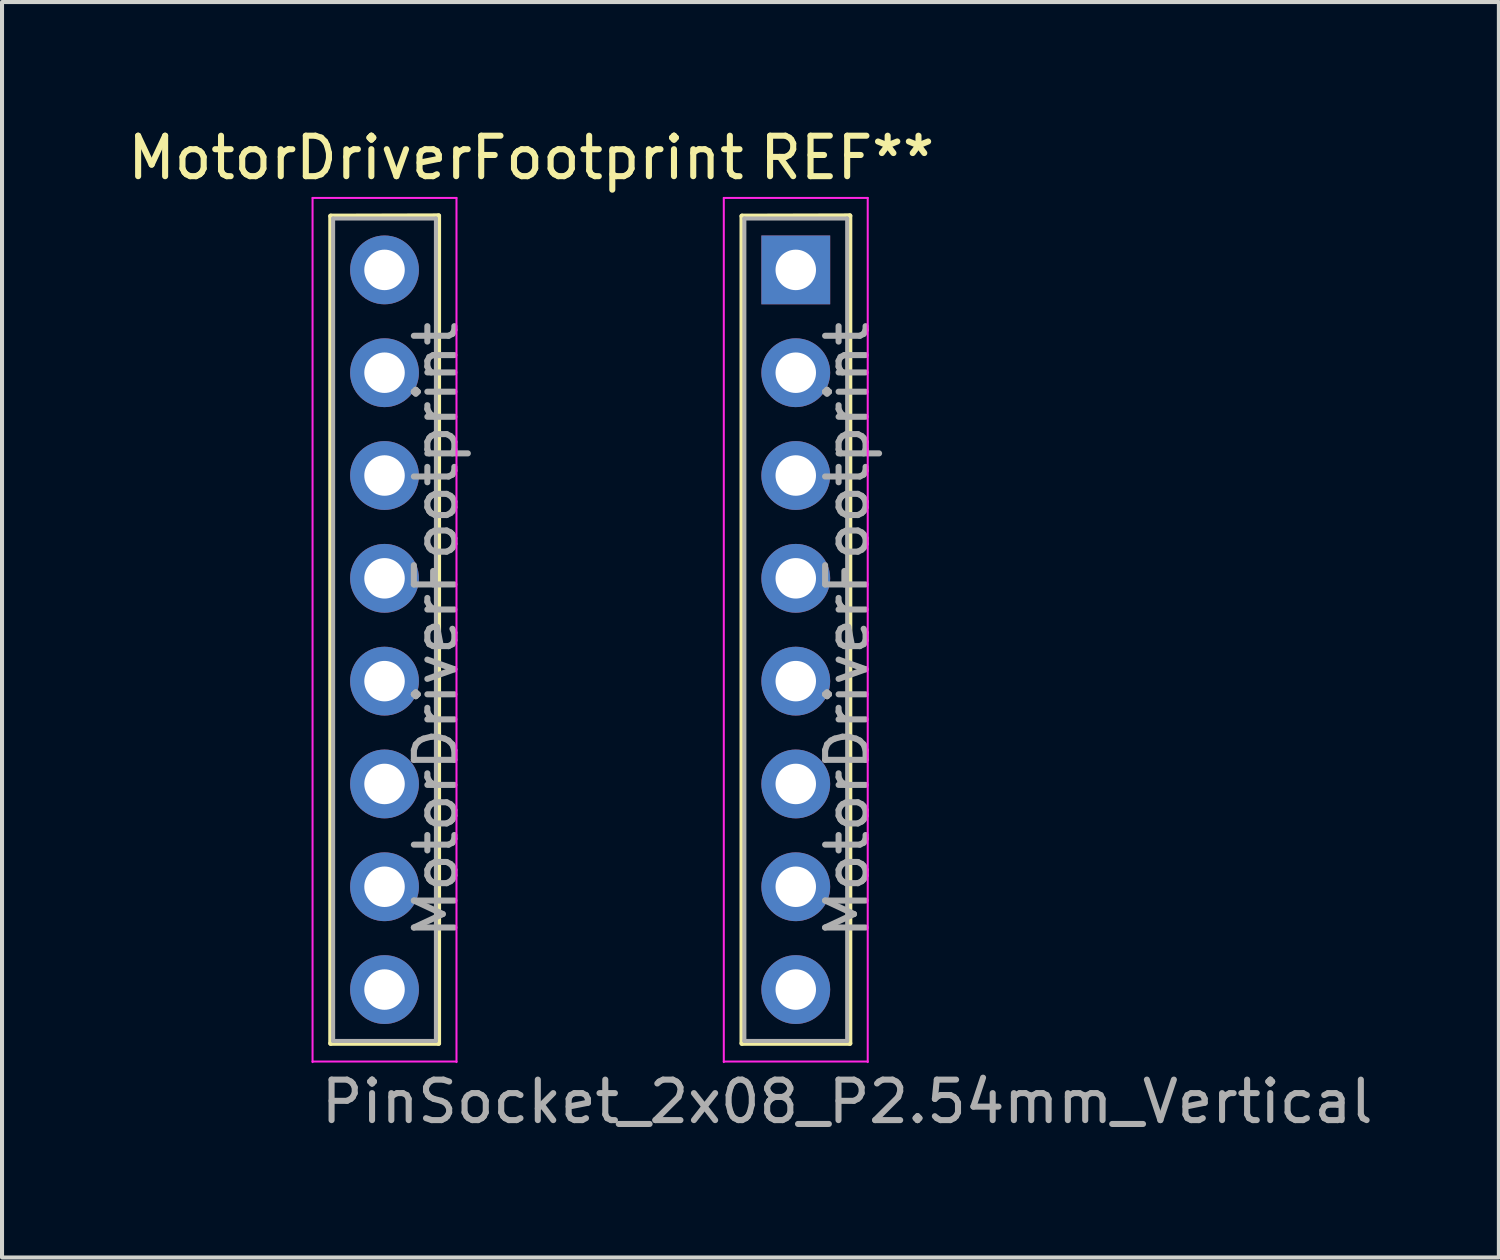
<source format=kicad_pcb>
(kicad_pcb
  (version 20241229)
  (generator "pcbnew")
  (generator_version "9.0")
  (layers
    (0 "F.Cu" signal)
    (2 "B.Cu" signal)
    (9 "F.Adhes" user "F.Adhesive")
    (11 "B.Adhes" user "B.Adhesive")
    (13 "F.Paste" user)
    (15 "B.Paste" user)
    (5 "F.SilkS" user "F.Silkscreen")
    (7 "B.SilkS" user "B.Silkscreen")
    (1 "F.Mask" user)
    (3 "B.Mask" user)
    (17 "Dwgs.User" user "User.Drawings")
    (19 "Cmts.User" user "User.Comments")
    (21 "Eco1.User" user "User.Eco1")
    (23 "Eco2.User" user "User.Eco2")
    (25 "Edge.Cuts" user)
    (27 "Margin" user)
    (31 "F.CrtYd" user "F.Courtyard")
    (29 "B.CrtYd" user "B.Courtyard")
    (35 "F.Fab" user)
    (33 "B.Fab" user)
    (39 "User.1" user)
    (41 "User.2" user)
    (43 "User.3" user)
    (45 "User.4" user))
  (footprint "MotorDriverFootprint"
    (layer "F.Cu")
    (at 8.99 3.618)
    (property "Reference" "MotorDriverFootprint" (at -1.27 -2.77 0) (layer "F.SilkS") (effects (font (size 1 1) (thickness 0.15))))
    (attr through_hole)
    (fp_line (start -3.87 -1.33) (end -3.87 19.11) (stroke (width 0.12) (type solid)) (layer "F.SilkS"))
    (fp_line (start -3.87 -1.33) (end -1.203 -1.337) (stroke (width 0.12) (type solid)) (layer "F.SilkS"))
    (fp_line (start -3.87 19.11) (end -1.203 19.11) (stroke (width 0.12) (type solid)) (layer "F.SilkS"))
    (fp_line (start -1.203 19.11) (end -1.203 -1.337) (stroke (width 0.12) (type solid)) (layer "F.SilkS"))
    (fp_line (start 6.29 -1.33) (end 6.29 19.11) (stroke (width 0.12) (type solid)) (layer "F.SilkS"))
    (fp_line (start 6.29 -1.33) (end 8.957 -1.337) (stroke (width 0.12) (type solid)) (layer "F.SilkS"))
    (fp_line (start 6.29 19.11) (end 8.957 19.11) (stroke (width 0.12) (type solid)) (layer "F.SilkS"))
    (fp_line (start 8.957 19.11) (end 8.957 -1.337) (stroke (width 0.12) (type solid)) (layer "F.SilkS"))
    (fp_line (start -4.318 -1.778) (end -0.762 -1.778) (stroke (width 0.05) (type solid)) (layer "F.CrtYd"))
    (fp_line (start -4.318 19.558) (end -0.762 19.558) (stroke (width 0.05) (type solid)) (layer "F.CrtYd"))
    (fp_line (start -4.318 19.572) (end -4.318 -1.778) (stroke (width 0.05) (type solid)) (layer "F.CrtYd"))
    (fp_line (start -0.762 19.572) (end -0.762 -1.778) (stroke (width 0.05) (type solid)) (layer "F.CrtYd"))
    (fp_line (start 5.842 -1.778) (end 9.398 -1.778) (stroke (width 0.05) (type solid)) (layer "F.CrtYd"))
    (fp_line (start 5.842 19.558) (end 9.398 19.558) (stroke (width 0.05) (type solid)) (layer "F.CrtYd"))
    (fp_line (start 5.842 19.572) (end 5.842 -1.778) (stroke (width 0.05) (type solid)) (layer "F.CrtYd"))
    (fp_line (start 9.398 19.572) (end 9.398 -1.778) (stroke (width 0.05) (type solid)) (layer "F.CrtYd"))
    (fp_line (start -3.81 -1.27) (end -1.27 -1.27) (stroke (width 0.1) (type solid)) (layer "F.Fab"))
    (fp_line (start -3.81 19.05) (end -3.81 -1.27) (stroke (width 0.1) (type solid)) (layer "F.Fab"))
    (fp_line (start -3.81 19.05) (end -1.27 19.05) (stroke (width 0.1) (type solid)) (layer "F.Fab"))
    (fp_line (start -1.27 19.05) (end -1.27 -1.27) (stroke (width 0.1) (type solid)) (layer "F.Fab"))
    (fp_line (start 6.35 -1.27) (end 8.89 -1.27) (stroke (width 0.1) (type solid)) (layer "F.Fab"))
    (fp_line (start 6.35 19.05) (end 6.35 -1.27) (stroke (width 0.1) (type solid)) (layer "F.Fab"))
    (fp_line (start 6.35 19.05) (end 8.89 19.05) (stroke (width 0.1) (type solid)) (layer "F.Fab"))
    (fp_line (start 8.89 19.05) (end 8.89 -1.27) (stroke (width 0.1) (type solid)) (layer "F.Fab"))
    (fp_text user "REF**" (at 8.89 -2.77 0) (layer "F.SilkS") (effects (font (size 1 1) (thickness 0.15))))
    (fp_text user "${REFERENCE}" (at -1.27 8.89 90) (layer "F.Fab") (effects (font (size 1 1) (thickness 0.15))))
    (fp_text user "PinSocket_2x08_P2.54mm_Vertical" (at 8.89 20.55 0) (layer "F.Fab") (effects (font (size 1 1) (thickness 0.15))))
    (fp_text user "${REFERENCE}" (at 8.89 8.89 90) (layer "F.Fab") (effects (font (size 1 1) (thickness 0.15))))
    (pad "1" thru_hole rect (at 7.62 0) (size 1.7 1.7) (drill 1) (layers "*.Cu" "*.Mask"))
    (pad "2" thru_hole oval (at -2.54 0) (size 1.7 1.7) (drill 1) (layers "*.Cu" "*.Mask"))
    (pad "3" thru_hole oval (at 7.62 2.54) (size 1.7 1.7) (drill 1) (layers "*.Cu" "*.Mask"))
    (pad "4" thru_hole oval (at -2.54 2.54) (size 1.7 1.7) (drill 1) (layers "*.Cu" "*.Mask"))
    (pad "5" thru_hole oval (at 7.62 5.08) (size 1.7 1.7) (drill 1) (layers "*.Cu" "*.Mask"))
    (pad "6" thru_hole oval (at -2.54 5.08) (size 1.7 1.7) (drill 1) (layers "*.Cu" "*.Mask"))
    (pad "7" thru_hole oval (at 7.62 7.62) (size 1.7 1.7) (drill 1) (layers "*.Cu" "*.Mask"))
    (pad "8" thru_hole oval (at -2.54 7.62) (size 1.7 1.7) (drill 1) (layers "*.Cu" "*.Mask"))
    (pad "9" thru_hole oval (at 7.62 10.16) (size 1.7 1.7) (drill 1) (layers "*.Cu" "*.Mask"))
    (pad "10" thru_hole oval (at -2.54 10.16) (size 1.7 1.7) (drill 1) (layers "*.Cu" "*.Mask"))
    (pad "11" thru_hole oval (at 7.62 12.7) (size 1.7 1.7) (drill 1) (layers "*.Cu" "*.Mask"))
    (pad "12" thru_hole oval (at -2.54 12.7) (size 1.7 1.7) (drill 1) (layers "*.Cu" "*.Mask"))
    (pad "13" thru_hole oval (at 7.62 15.24) (size 1.7 1.7) (drill 1) (layers "*.Cu" "*.Mask"))
    (pad "14" thru_hole oval (at -2.54 15.24) (size 1.7 1.7) (drill 1) (layers "*.Cu" "*.Mask"))
    (pad "15" thru_hole oval (at 7.62 17.78) (size 1.7 1.7) (drill 1) (layers "*.Cu" "*.Mask"))
    (pad "16" thru_hole oval (at -2.54 17.78) (size 1.7 1.7) (drill 1) (layers "*.Cu" "*.Mask")))
  (gr_rect
    (start -3 -3)
    (end 33.981 28.017)
    (stroke (width 0.1) (type default))
    (fill no)
    (layer "Edge.Cuts")))
</source>
